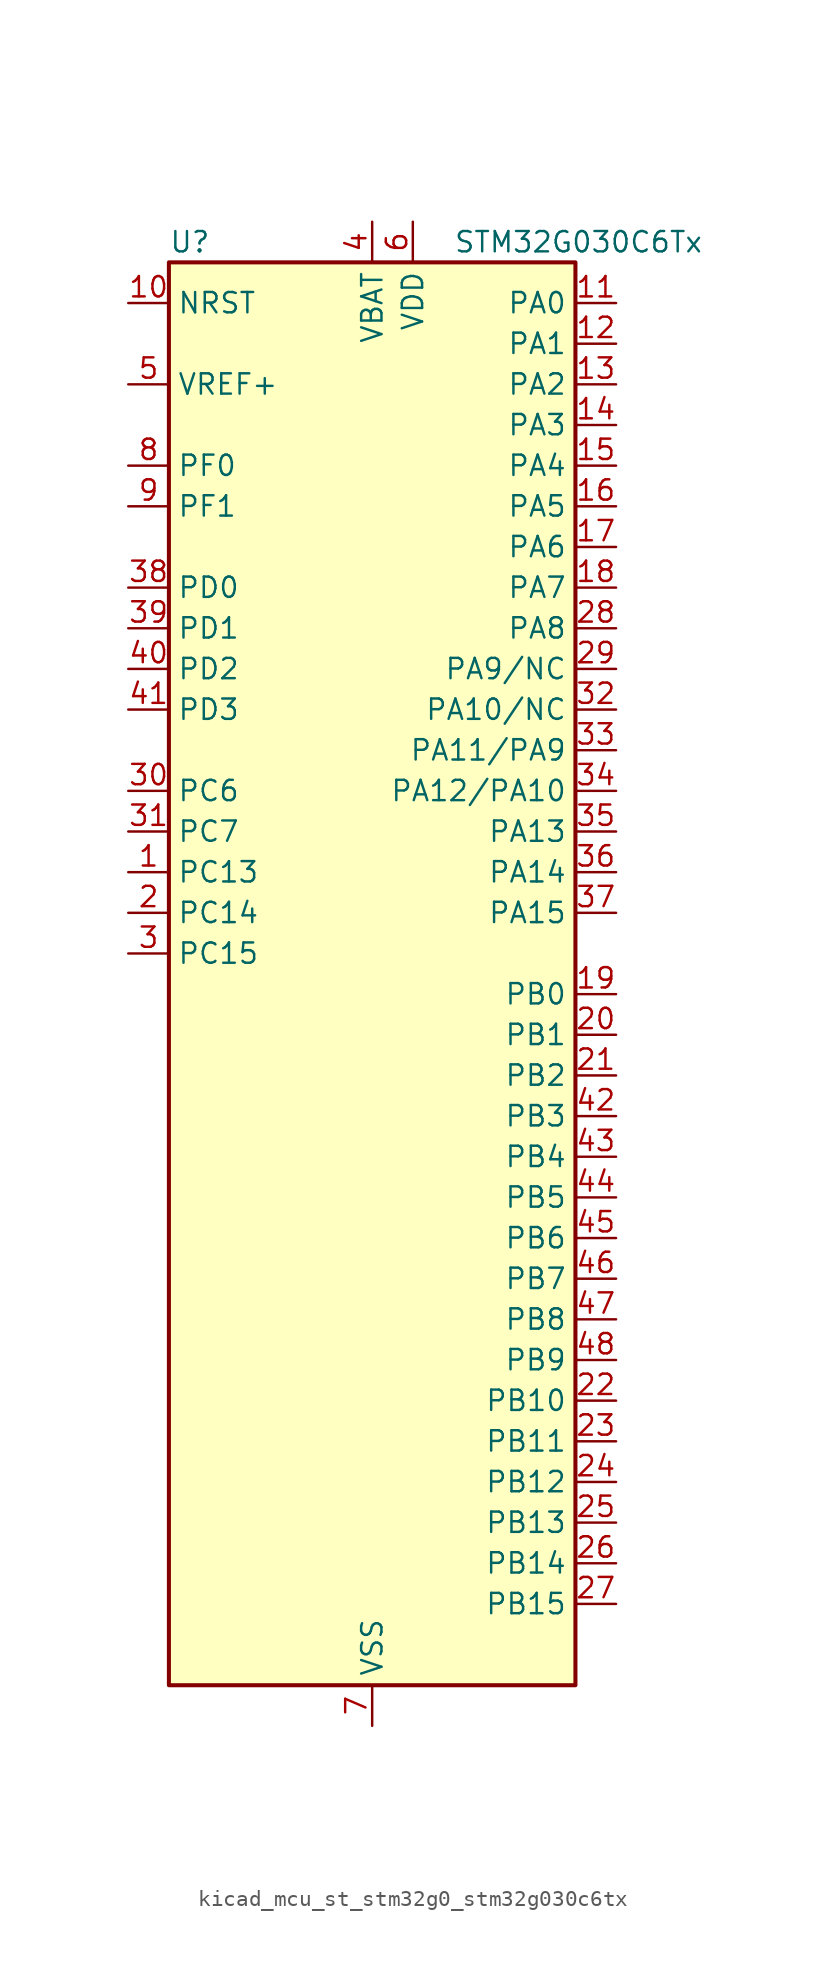
<source format=kicad_sym>
(kicad_symbol_lib
  (version 20220914)
  (generator kicad_symbol_editor)
  (symbol "kicad_mcu_st_stm32g0_stm32g030c6tx"
    (property "Reference" "U"
      (at -12.7 46.99 0)
      (effects (font (size 1.27 1.27)) (justify left)))
    (property "Value" "STM32G030C6Tx"
      (at 5.08 46.99 0)
      (effects (font (size 1.27 1.27)) (justify left)))
    (property "ki_locked" ""
      (at 0 0 0)
      (effects (font (size 1.27 1.27))))
    (symbol "kicad_mcu_st_stm32g0_stm32g030c6tx_0_1"
      (rectangle (start -12.7 -43.18) (end 12.7 45.72) (stroke (width 0.254) (type default)) (fill (type background))))
    (symbol "kicad_mcu_st_stm32g0_stm32g030c6tx_1_1"
      (pin bidirectional line (at -15.24 7.62 0) (length 2.54) (name "PC13" (effects (font (size 1.27 1.27)))) (number "1" (effects (font (size 1.27 1.27)))) (alternate "RTC_OUT_ALARM" bidirectional line) (alternate "RTC_OUT_CALIB" bidirectional line) (alternate "RTC_TAMP_IN1" bidirectional line) (alternate "RTC_TS" bidirectional line) (alternate "SYS_WKUP2" bidirectional line) (alternate "TIM1_BK" bidirectional line))
      (pin input line (at -15.24 43.18 0) (length 2.54) (name "NRST" (effects (font (size 1.27 1.27)))) (number "10" (effects (font (size 1.27 1.27)))))
      (pin bidirectional line (at 15.24 43.18 180) (length 2.54) (name "PA0" (effects (font (size 1.27 1.27)))) (number "11" (effects (font (size 1.27 1.27)))) (alternate "ADC1_IN0" bidirectional line) (alternate "RTC_TAMP_IN2" bidirectional line) (alternate "SPI2_SCK" bidirectional line) (alternate "SYS_WKUP1" bidirectional line) (alternate "USART2_CTS" bidirectional line) (alternate "USART2_NSS" bidirectional line))
      (pin bidirectional line (at 15.24 40.64 180) (length 2.54) (name "PA1" (effects (font (size 1.27 1.27)))) (number "12" (effects (font (size 1.27 1.27)))) (alternate "ADC1_IN1" bidirectional line) (alternate "I2C1_SMBA" bidirectional line) (alternate "I2S1_CK" bidirectional line) (alternate "SPI1_SCK" bidirectional line) (alternate "USART2_CK" bidirectional line) (alternate "USART2_DE" bidirectional line) (alternate "USART2_RTS" bidirectional line))
      (pin bidirectional line (at 15.24 38.1 180) (length 2.54) (name "PA2" (effects (font (size 1.27 1.27)))) (number "13" (effects (font (size 1.27 1.27)))) (alternate "ADC1_IN2" bidirectional line) (alternate "I2S1_SD" bidirectional line) (alternate "RCC_LSCO" bidirectional line) (alternate "SPI1_MOSI" bidirectional line) (alternate "SYS_WKUP4" bidirectional line) (alternate "USART2_TX" bidirectional line))
      (pin bidirectional line (at 15.24 35.56 180) (length 2.54) (name "PA3" (effects (font (size 1.27 1.27)))) (number "14" (effects (font (size 1.27 1.27)))) (alternate "ADC1_IN3" bidirectional line) (alternate "SPI2_MISO" bidirectional line) (alternate "USART2_RX" bidirectional line))
      (pin bidirectional line (at 15.24 33.02 180) (length 2.54) (name "PA4" (effects (font (size 1.27 1.27)))) (number "15" (effects (font (size 1.27 1.27)))) (alternate "ADC1_IN4" bidirectional line) (alternate "I2S1_WS" bidirectional line) (alternate "RTC_OUT_ALARM" bidirectional line) (alternate "RTC_OUT_CALIB" bidirectional line) (alternate "SPI1_NSS" bidirectional line) (alternate "SPI2_MOSI" bidirectional line) (alternate "TIM14_CH1" bidirectional line))
      (pin bidirectional line (at 15.24 30.48 180) (length 2.54) (name "PA5" (effects (font (size 1.27 1.27)))) (number "16" (effects (font (size 1.27 1.27)))) (alternate "ADC1_IN5" bidirectional line) (alternate "I2S1_CK" bidirectional line) (alternate "SPI1_SCK" bidirectional line))
      (pin bidirectional line (at 15.24 27.94 180) (length 2.54) (name "PA6" (effects (font (size 1.27 1.27)))) (number "17" (effects (font (size 1.27 1.27)))) (alternate "ADC1_IN6" bidirectional line) (alternate "I2S1_MCK" bidirectional line) (alternate "SPI1_MISO" bidirectional line) (alternate "TIM16_CH1" bidirectional line) (alternate "TIM1_BK" bidirectional line) (alternate "TIM3_CH1" bidirectional line))
      (pin bidirectional line (at 15.24 25.4 180) (length 2.54) (name "PA7" (effects (font (size 1.27 1.27)))) (number "18" (effects (font (size 1.27 1.27)))) (alternate "ADC1_IN7" bidirectional line) (alternate "I2S1_SD" bidirectional line) (alternate "SPI1_MOSI" bidirectional line) (alternate "TIM14_CH1" bidirectional line) (alternate "TIM17_CH1" bidirectional line) (alternate "TIM1_CH1N" bidirectional line) (alternate "TIM3_CH2" bidirectional line))
      (pin bidirectional line (at 15.24 0 180) (length 2.54) (name "PB0" (effects (font (size 1.27 1.27)))) (number "19" (effects (font (size 1.27 1.27)))) (alternate "ADC1_IN8" bidirectional line) (alternate "I2S1_WS" bidirectional line) (alternate "SPI1_NSS" bidirectional line) (alternate "TIM1_CH2N" bidirectional line) (alternate "TIM3_CH3" bidirectional line))
      (pin bidirectional line (at -15.24 5.08 0) (length 2.54) (name "PC14" (effects (font (size 1.27 1.27)))) (number "2" (effects (font (size 1.27 1.27)))) (alternate "RCC_OSC32_IN" bidirectional line) (alternate "TIM1_BK2" bidirectional line))
      (pin bidirectional line (at 15.24 -2.54 180) (length 2.54) (name "PB1" (effects (font (size 1.27 1.27)))) (number "20" (effects (font (size 1.27 1.27)))) (alternate "ADC1_IN9" bidirectional line) (alternate "TIM14_CH1" bidirectional line) (alternate "TIM1_CH3N" bidirectional line) (alternate "TIM3_CH4" bidirectional line))
      (pin bidirectional line (at 15.24 -5.08 180) (length 2.54) (name "PB2" (effects (font (size 1.27 1.27)))) (number "21" (effects (font (size 1.27 1.27)))) (alternate "ADC1_IN10" bidirectional line) (alternate "SPI2_MISO" bidirectional line))
      (pin bidirectional line (at 15.24 -25.4 180) (length 2.54) (name "PB10" (effects (font (size 1.27 1.27)))) (number "22" (effects (font (size 1.27 1.27)))) (alternate "ADC1_IN11" bidirectional line) (alternate "I2C2_SCL" bidirectional line) (alternate "SPI2_SCK" bidirectional line))
      (pin bidirectional line (at 15.24 -27.94 180) (length 2.54) (name "PB11" (effects (font (size 1.27 1.27)))) (number "23" (effects (font (size 1.27 1.27)))) (alternate "ADC1_EXTI11" bidirectional line) (alternate "ADC1_IN15" bidirectional line) (alternate "I2C2_SDA" bidirectional line) (alternate "SPI2_MOSI" bidirectional line))
      (pin bidirectional line (at 15.24 -30.48 180) (length 2.54) (name "PB12" (effects (font (size 1.27 1.27)))) (number "24" (effects (font (size 1.27 1.27)))) (alternate "ADC1_IN16" bidirectional line) (alternate "SPI2_NSS" bidirectional line) (alternate "TIM1_BK" bidirectional line))
      (pin bidirectional line (at 15.24 -33.02 180) (length 2.54) (name "PB13" (effects (font (size 1.27 1.27)))) (number "25" (effects (font (size 1.27 1.27)))) (alternate "I2C2_SCL" bidirectional line) (alternate "SPI2_SCK" bidirectional line) (alternate "TIM1_CH1N" bidirectional line))
      (pin bidirectional line (at 15.24 -35.56 180) (length 2.54) (name "PB14" (effects (font (size 1.27 1.27)))) (number "26" (effects (font (size 1.27 1.27)))) (alternate "I2C2_SDA" bidirectional line) (alternate "SPI2_MISO" bidirectional line) (alternate "TIM1_CH2N" bidirectional line))
      (pin bidirectional line (at 15.24 -38.1 180) (length 2.54) (name "PB15" (effects (font (size 1.27 1.27)))) (number "27" (effects (font (size 1.27 1.27)))) (alternate "RTC_REFIN" bidirectional line) (alternate "SPI2_MOSI" bidirectional line) (alternate "TIM1_CH3N" bidirectional line))
      (pin bidirectional line (at 15.24 22.86 180) (length 2.54) (name "PA8" (effects (font (size 1.27 1.27)))) (number "28" (effects (font (size 1.27 1.27)))) (alternate "RCC_MCO" bidirectional line) (alternate "SPI2_NSS" bidirectional line) (alternate "TIM1_CH1" bidirectional line))
      (pin bidirectional line (at 15.24 20.32 180) (length 2.54) (name "PA9/NC" (effects (font (size 1.27 1.27)))) (number "29" (effects (font (size 1.27 1.27)))) (alternate "I2C1_SCL" bidirectional line) (alternate "RCC_MCO" bidirectional line) (alternate "SPI2_MISO" bidirectional line) (alternate "TIM1_CH2" bidirectional line) (alternate "USART1_TX" bidirectional line))
      (pin bidirectional line (at -15.24 2.54 0) (length 2.54) (name "PC15" (effects (font (size 1.27 1.27)))) (number "3" (effects (font (size 1.27 1.27)))) (alternate "RCC_OSC32_EN" bidirectional line) (alternate "RCC_OSC32_OUT" bidirectional line) (alternate "RCC_OSC_EN" bidirectional line))
      (pin bidirectional line (at -15.24 12.7 0) (length 2.54) (name "PC6" (effects (font (size 1.27 1.27)))) (number "30" (effects (font (size 1.27 1.27)))) (alternate "TIM3_CH1" bidirectional line))
      (pin bidirectional line (at -15.24 10.16 0) (length 2.54) (name "PC7" (effects (font (size 1.27 1.27)))) (number "31" (effects (font (size 1.27 1.27)))) (alternate "TIM3_CH2" bidirectional line))
      (pin bidirectional line (at 15.24 17.78 180) (length 2.54) (name "PA10/NC" (effects (font (size 1.27 1.27)))) (number "32" (effects (font (size 1.27 1.27)))) (alternate "I2C1_SDA" bidirectional line) (alternate "SPI2_MOSI" bidirectional line) (alternate "TIM17_BK" bidirectional line) (alternate "TIM1_CH3" bidirectional line) (alternate "USART1_RX" bidirectional line))
      (pin bidirectional line (at 15.24 15.24 180) (length 2.54) (name "PA11/PA9" (effects (font (size 1.27 1.27)))) (number "33" (effects (font (size 1.27 1.27)))) (alternate "ADC1_EXTI11" bidirectional line) (alternate "I2C2_SCL" bidirectional line) (alternate "I2S1_MCK" bidirectional line) (alternate "SPI1_MISO" bidirectional line) (alternate "TIM1_BK2" bidirectional line) (alternate "TIM1_CH4" bidirectional line) (alternate "USART1_CTS" bidirectional line) (alternate "USART1_NSS" bidirectional line))
      (pin bidirectional line (at 15.24 12.7 180) (length 2.54) (name "PA12/PA10" (effects (font (size 1.27 1.27)))) (number "34" (effects (font (size 1.27 1.27)))) (alternate "I2C2_SDA" bidirectional line) (alternate "I2S1_SD" bidirectional line) (alternate "I2S_CKIN" bidirectional line) (alternate "SPI1_MOSI" bidirectional line) (alternate "TIM1_ETR" bidirectional line) (alternate "USART1_CK" bidirectional line) (alternate "USART1_DE" bidirectional line) (alternate "USART1_RTS" bidirectional line))
      (pin bidirectional line (at 15.24 10.16 180) (length 2.54) (name "PA13" (effects (font (size 1.27 1.27)))) (number "35" (effects (font (size 1.27 1.27)))) (alternate "ADC1_IN17" bidirectional line) (alternate "IR_OUT" bidirectional line) (alternate "SYS_SWDIO" bidirectional line))
      (pin bidirectional line (at 15.24 7.62 180) (length 2.54) (name "PA14" (effects (font (size 1.27 1.27)))) (number "36" (effects (font (size 1.27 1.27)))) (alternate "ADC1_IN18" bidirectional line) (alternate "SYS_SWCLK" bidirectional line) (alternate "USART2_TX" bidirectional line))
      (pin bidirectional line (at 15.24 5.08 180) (length 2.54) (name "PA15" (effects (font (size 1.27 1.27)))) (number "37" (effects (font (size 1.27 1.27)))) (alternate "I2S1_WS" bidirectional line) (alternate "SPI1_NSS" bidirectional line) (alternate "USART2_RX" bidirectional line))
      (pin bidirectional line (at -15.24 25.4 0) (length 2.54) (name "PD0" (effects (font (size 1.27 1.27)))) (number "38" (effects (font (size 1.27 1.27)))) (alternate "SPI2_NSS" bidirectional line) (alternate "TIM16_CH1" bidirectional line))
      (pin bidirectional line (at -15.24 22.86 0) (length 2.54) (name "PD1" (effects (font (size 1.27 1.27)))) (number "39" (effects (font (size 1.27 1.27)))) (alternate "SPI2_SCK" bidirectional line) (alternate "TIM17_CH1" bidirectional line))
      (pin power_in line (at 0 48.26 270) (length 2.54) (name "VBAT" (effects (font (size 1.27 1.27)))) (number "4" (effects (font (size 1.27 1.27)))))
      (pin bidirectional line (at -15.24 20.32 0) (length 2.54) (name "PD2" (effects (font (size 1.27 1.27)))) (number "40" (effects (font (size 1.27 1.27)))) (alternate "TIM1_CH1N" bidirectional line) (alternate "TIM3_ETR" bidirectional line))
      (pin bidirectional line (at -15.24 17.78 0) (length 2.54) (name "PD3" (effects (font (size 1.27 1.27)))) (number "41" (effects (font (size 1.27 1.27)))) (alternate "SPI2_MISO" bidirectional line) (alternate "TIM1_CH2N" bidirectional line) (alternate "USART2_CTS" bidirectional line) (alternate "USART2_NSS" bidirectional line))
      (pin bidirectional line (at 15.24 -7.62 180) (length 2.54) (name "PB3" (effects (font (size 1.27 1.27)))) (number "42" (effects (font (size 1.27 1.27)))) (alternate "I2S1_CK" bidirectional line) (alternate "SPI1_SCK" bidirectional line) (alternate "TIM1_CH2" bidirectional line) (alternate "USART1_CK" bidirectional line) (alternate "USART1_DE" bidirectional line) (alternate "USART1_RTS" bidirectional line))
      (pin bidirectional line (at 15.24 -10.16 180) (length 2.54) (name "PB4" (effects (font (size 1.27 1.27)))) (number "43" (effects (font (size 1.27 1.27)))) (alternate "I2S1_MCK" bidirectional line) (alternate "SPI1_MISO" bidirectional line) (alternate "TIM17_BK" bidirectional line) (alternate "TIM3_CH1" bidirectional line) (alternate "USART1_CTS" bidirectional line) (alternate "USART1_NSS" bidirectional line))
      (pin bidirectional line (at 15.24 -12.7 180) (length 2.54) (name "PB5" (effects (font (size 1.27 1.27)))) (number "44" (effects (font (size 1.27 1.27)))) (alternate "I2C1_SMBA" bidirectional line) (alternate "I2S1_SD" bidirectional line) (alternate "SPI1_MOSI" bidirectional line) (alternate "SYS_WKUP6" bidirectional line) (alternate "TIM16_BK" bidirectional line) (alternate "TIM3_CH2" bidirectional line))
      (pin bidirectional line (at 15.24 -15.24 180) (length 2.54) (name "PB6" (effects (font (size 1.27 1.27)))) (number "45" (effects (font (size 1.27 1.27)))) (alternate "I2C1_SCL" bidirectional line) (alternate "SPI2_MISO" bidirectional line) (alternate "TIM16_CH1N" bidirectional line) (alternate "TIM1_CH3" bidirectional line) (alternate "USART1_TX" bidirectional line))
      (pin bidirectional line (at 15.24 -17.78 180) (length 2.54) (name "PB7" (effects (font (size 1.27 1.27)))) (number "46" (effects (font (size 1.27 1.27)))) (alternate "I2C1_SDA" bidirectional line) (alternate "SPI2_MOSI" bidirectional line) (alternate "SYS_PVD_IN" bidirectional line) (alternate "TIM17_CH1N" bidirectional line) (alternate "USART1_RX" bidirectional line))
      (pin bidirectional line (at 15.24 -20.32 180) (length 2.54) (name "PB8" (effects (font (size 1.27 1.27)))) (number "47" (effects (font (size 1.27 1.27)))) (alternate "I2C1_SCL" bidirectional line) (alternate "SPI2_SCK" bidirectional line) (alternate "TIM16_CH1" bidirectional line))
      (pin bidirectional line (at 15.24 -22.86 180) (length 2.54) (name "PB9" (effects (font (size 1.27 1.27)))) (number "48" (effects (font (size 1.27 1.27)))) (alternate "I2C1_SDA" bidirectional line) (alternate "IR_OUT" bidirectional line) (alternate "SPI2_NSS" bidirectional line) (alternate "TIM17_CH1" bidirectional line))
      (pin input line (at -15.24 38.1 0) (length 2.54) (name "VREF+" (effects (font (size 1.27 1.27)))) (number "5" (effects (font (size 1.27 1.27)))) (alternate "VREFBUF_OUT" bidirectional line))
      (pin power_in line (at 2.54 48.26 270) (length 2.54) (name "VDD" (effects (font (size 1.27 1.27)))) (number "6" (effects (font (size 1.27 1.27)))))
      (pin power_in line (at 0 -45.72 90) (length 2.54) (name "VSS" (effects (font (size 1.27 1.27)))) (number "7" (effects (font (size 1.27 1.27)))))
      (pin bidirectional line (at -15.24 33.02 0) (length 2.54) (name "PF0" (effects (font (size 1.27 1.27)))) (number "8" (effects (font (size 1.27 1.27)))) (alternate "RCC_OSC_IN" bidirectional line) (alternate "TIM14_CH1" bidirectional line))
      (pin bidirectional line (at -15.24 30.48 0) (length 2.54) (name "PF1" (effects (font (size 1.27 1.27)))) (number "9" (effects (font (size 1.27 1.27)))) (alternate "RCC_OSC_EN" bidirectional line) (alternate "RCC_OSC_OUT" bidirectional line)))))
</source>
